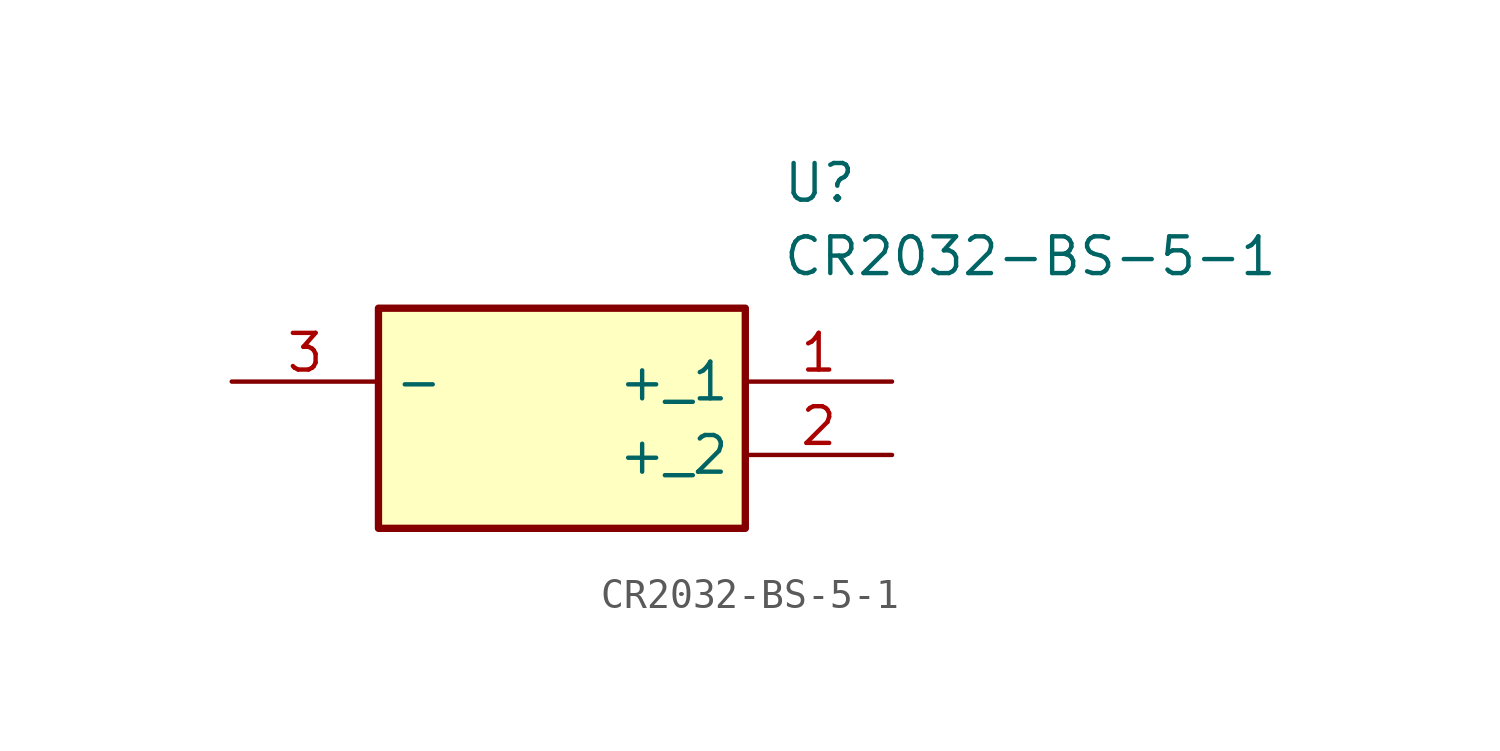
<source format=kicad_sym>
(kicad_symbol_lib
  (version 20211014)
  (generator SamacSys_ECAD_Model)
  (symbol "CR2032-BS-5-1"
    (property "Reference" "U"
      (at 19.05 7.62 0)
      (effects (font (size 1.27 1.27)) (justify left top)))
    (property "Value" "CR2032-BS-5-1"
      (at 19.05 5.08 0)
      (effects (font (size 1.27 1.27)) (justify left top)))
    (rectangle
      (start 5.08 2.54)
      (end 17.78 -5.08)
      (stroke (width 0.254) (type default))
      (fill (type background)))
    (pin passive line
      (at 22.86 0 180)
      (length 5.08)
      (name "+_1" (effects (font (size 1.27 1.27))))
      (number "1" (effects (font (size 1.27 1.27)))))
    (pin passive line
      (at 22.86 -2.54 180)
      (length 5.08)
      (name "+_2" (effects (font (size 1.27 1.27))))
      (number "2" (effects (font (size 1.27 1.27)))))
    (pin passive line
      (at 0 0 0)
      (length 5.08)
      (name "-" (effects (font (size 1.27 1.27))))
      (number "3" (effects (font (size 1.27 1.27)))))))
</source>
